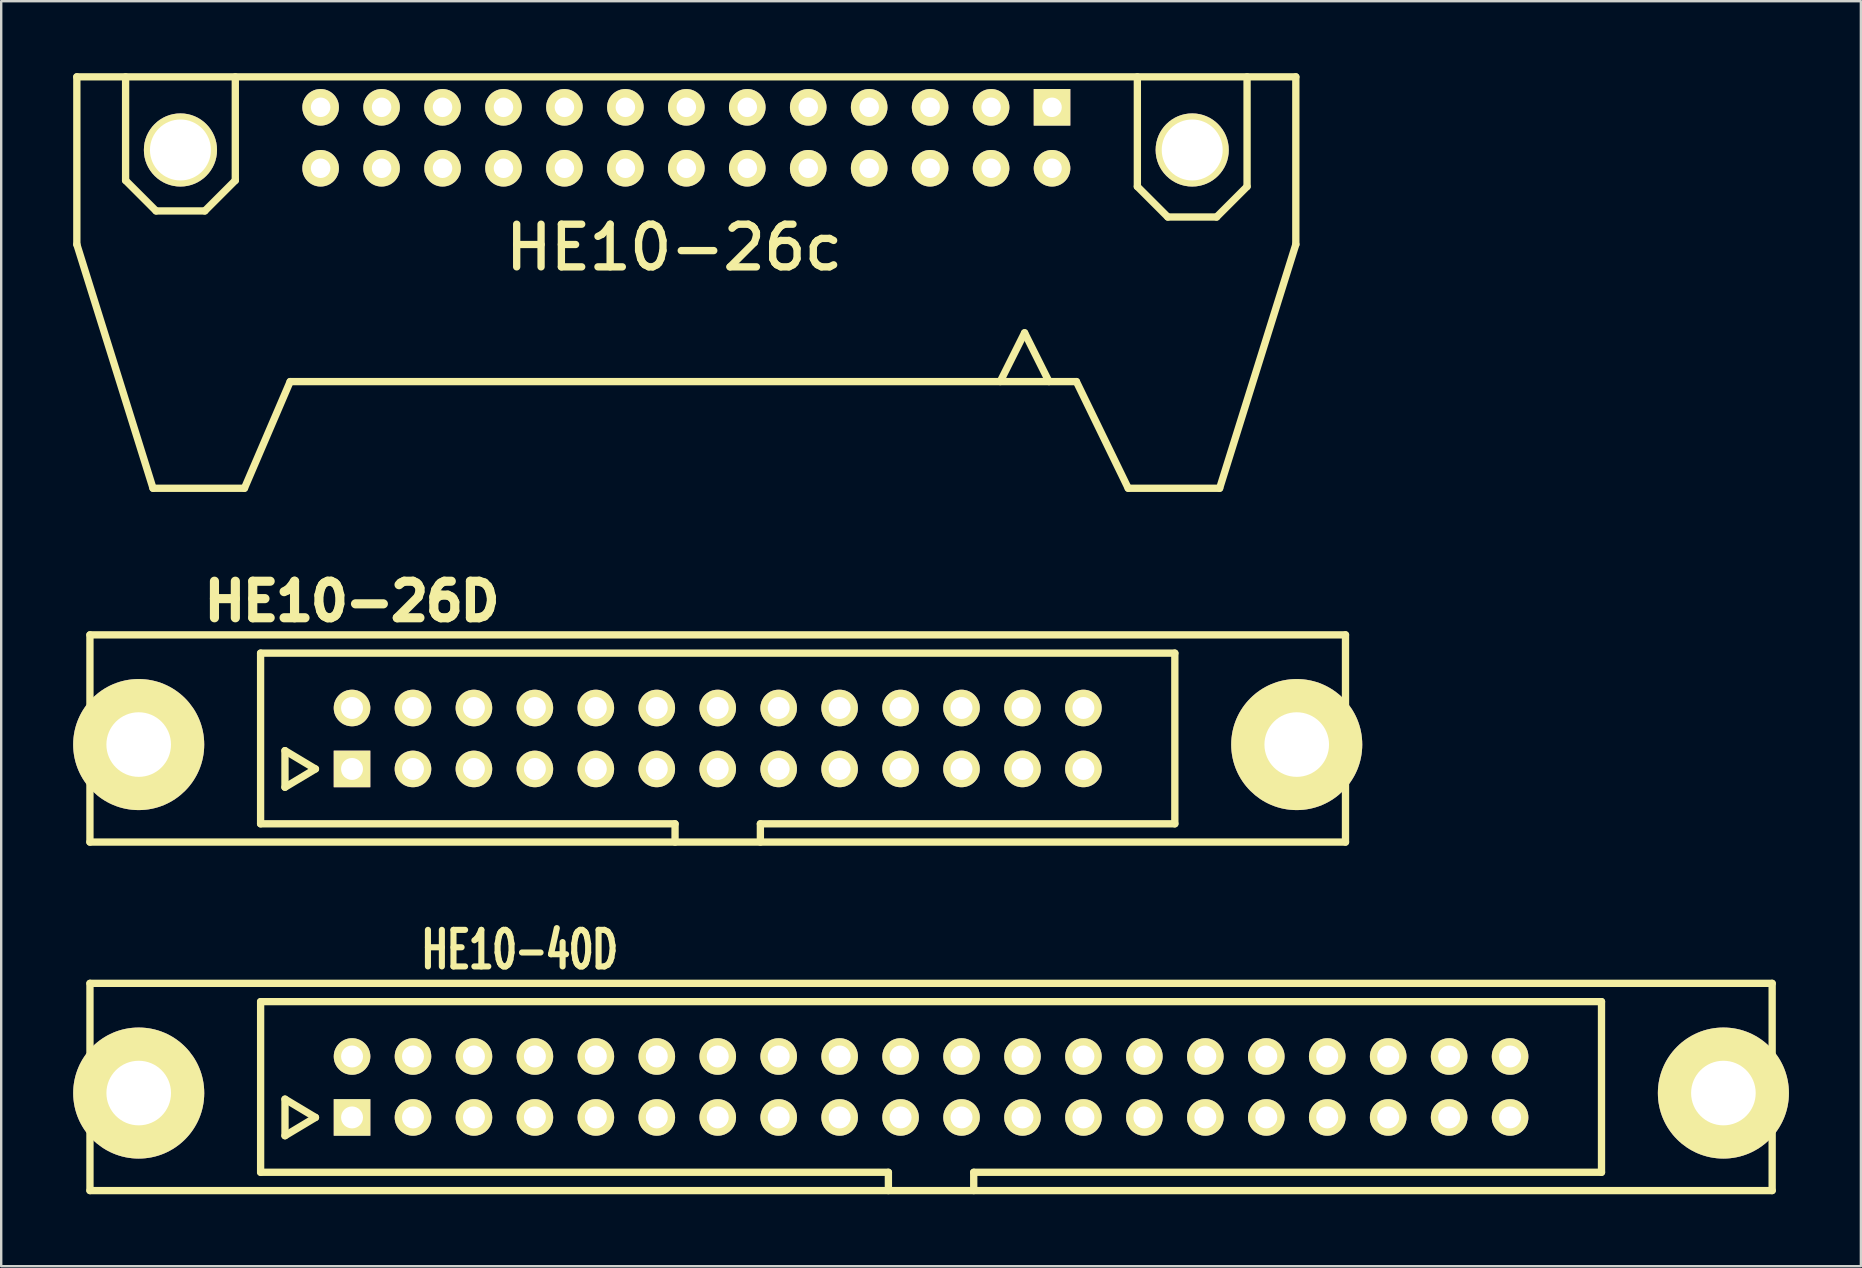
<source format=kicad_pcb>
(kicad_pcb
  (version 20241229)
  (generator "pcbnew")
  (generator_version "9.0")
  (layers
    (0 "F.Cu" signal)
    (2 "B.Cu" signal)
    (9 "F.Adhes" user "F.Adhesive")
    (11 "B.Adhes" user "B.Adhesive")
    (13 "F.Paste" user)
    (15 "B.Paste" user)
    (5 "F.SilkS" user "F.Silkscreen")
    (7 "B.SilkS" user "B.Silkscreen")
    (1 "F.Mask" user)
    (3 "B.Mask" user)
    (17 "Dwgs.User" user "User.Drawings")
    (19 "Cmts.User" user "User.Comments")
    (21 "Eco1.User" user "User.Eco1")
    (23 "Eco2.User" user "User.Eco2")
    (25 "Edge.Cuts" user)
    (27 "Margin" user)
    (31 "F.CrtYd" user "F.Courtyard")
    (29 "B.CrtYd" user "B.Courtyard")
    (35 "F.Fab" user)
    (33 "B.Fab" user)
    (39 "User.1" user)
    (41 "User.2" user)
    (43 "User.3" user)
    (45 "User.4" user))
  (footprint "HE10-26c"
    (layer "F.Cu")
    (at 25.552 2.692)
    (property "Reference" "HE10-26c" (at -0.508 4.572 0) (layer "F.SilkS") (effects (font (size 1.778 1.778) (thickness 0.305))))
    (attr through_hole)
    (fp_line (start -25.4 -2.54) (end -25.4 4.445) (stroke (width 0.305) (type solid)) (layer "F.SilkS"))
    (fp_line (start -25.4 -2.54) (end 25.4 -2.54) (stroke (width 0.305) (type solid)) (layer "F.SilkS"))
    (fp_line (start -25.4 4.445) (end -22.225 14.605) (stroke (width 0.305) (type solid)) (layer "F.SilkS"))
    (fp_line (start -23.368 1.778) (end -23.368 -2.54) (stroke (width 0.305) (type solid)) (layer "F.SilkS"))
    (fp_line (start -22.225 14.605) (end -18.415 14.605) (stroke (width 0.305) (type solid)) (layer "F.SilkS"))
    (fp_line (start -22.098 3.048) (end -23.368 1.778) (stroke (width 0.305) (type solid)) (layer "F.SilkS"))
    (fp_line (start -20.066 3.048) (end -22.098 3.048) (stroke (width 0.305) (type solid)) (layer "F.SilkS"))
    (fp_line (start -18.796 -2.54) (end -18.796 1.778) (stroke (width 0.305) (type solid)) (layer "F.SilkS"))
    (fp_line (start -18.796 1.778) (end -20.066 3.048) (stroke (width 0.305) (type solid)) (layer "F.SilkS"))
    (fp_line (start -18.415 14.605) (end -16.51 10.16) (stroke (width 0.305) (type solid)) (layer "F.SilkS"))
    (fp_line (start 14.097 8.128) (end 13.081 10.16) (stroke (width 0.305) (type solid)) (layer "F.SilkS"))
    (fp_line (start 15.113 10.16) (end 14.097 8.128) (stroke (width 0.305) (type solid)) (layer "F.SilkS"))
    (fp_line (start 16.256 10.16) (end -16.51 10.16) (stroke (width 0.305) (type solid)) (layer "F.SilkS"))
    (fp_line (start 18.415 14.605) (end 16.256 10.16) (stroke (width 0.305) (type solid)) (layer "F.SilkS"))
    (fp_line (start 18.796 2.032) (end 18.796 -2.54) (stroke (width 0.305) (type solid)) (layer "F.SilkS"))
    (fp_line (start 20.066 3.302) (end 18.796 2.032) (stroke (width 0.305) (type solid)) (layer "F.SilkS"))
    (fp_line (start 22.098 3.302) (end 20.066 3.302) (stroke (width 0.305) (type solid)) (layer "F.SilkS"))
    (fp_line (start 22.225 14.605) (end 18.415 14.605) (stroke (width 0.305) (type solid)) (layer "F.SilkS"))
    (fp_line (start 23.368 -2.54) (end 23.368 2.032) (stroke (width 0.305) (type solid)) (layer "F.SilkS"))
    (fp_line (start 23.368 2.032) (end 22.098 3.302) (stroke (width 0.305) (type solid)) (layer "F.SilkS"))
    (fp_line (start 25.4 -2.54) (end 25.4 4.445) (stroke (width 0.305) (type solid)) (layer "F.SilkS"))
    (fp_line (start 25.4 4.445) (end 22.225 14.605) (stroke (width 0.305) (type solid)) (layer "F.SilkS"))
    (pad "0" thru_hole circle (at -21.082 0.508) (size 3.048 3.048) (drill 2.54) (layers "*.Cu" "*.Mask" "F.SilkS"))
    (pad "0" thru_hole circle (at 21.082 0.508) (size 3.048 3.048) (drill 2.54) (layers "*.Cu" "*.Mask" "F.SilkS"))
    (pad "1" thru_hole rect (at 15.24 -1.27) (size 1.524 1.524) (drill 0.813) (layers "*.Cu" "*.Mask" "F.SilkS"))
    (pad "2" thru_hole circle (at 15.24 1.27) (size 1.524 1.524) (drill 0.813) (layers "*.Cu" "*.Mask" "F.SilkS"))
    (pad "3" thru_hole circle (at 12.7 -1.27) (size 1.524 1.524) (drill 0.813) (layers "*.Cu" "*.Mask" "F.SilkS"))
    (pad "4" thru_hole circle (at 12.7 1.27) (size 1.524 1.524) (drill 0.813) (layers "*.Cu" "*.Mask" "F.SilkS"))
    (pad "5" thru_hole circle (at 10.16 -1.27) (size 1.524 1.524) (drill 0.813) (layers "*.Cu" "*.Mask" "F.SilkS"))
    (pad "6" thru_hole circle (at 10.16 1.27) (size 1.524 1.524) (drill 0.813) (layers "*.Cu" "*.Mask" "F.SilkS"))
    (pad "7" thru_hole circle (at 7.62 -1.27) (size 1.524 1.524) (drill 0.813) (layers "*.Cu" "*.Mask" "F.SilkS"))
    (pad "8" thru_hole circle (at 7.62 1.27) (size 1.524 1.524) (drill 0.813) (layers "*.Cu" "*.Mask" "F.SilkS"))
    (pad "9" thru_hole circle (at 5.08 -1.27) (size 1.524 1.524) (drill 0.813) (layers "*.Cu" "*.Mask" "F.SilkS"))
    (pad "10" thru_hole circle (at 5.08 1.27) (size 1.524 1.524) (drill 0.813) (layers "*.Cu" "*.Mask" "F.SilkS"))
    (pad "11" thru_hole circle (at 2.54 -1.27) (size 1.524 1.524) (drill 0.813) (layers "*.Cu" "*.Mask" "F.SilkS"))
    (pad "12" thru_hole circle (at 2.54 1.27) (size 1.524 1.524) (drill 0.813) (layers "*.Cu" "*.Mask" "F.SilkS"))
    (pad "13" thru_hole circle (at 0 -1.27) (size 1.524 1.524) (drill 0.813) (layers "*.Cu" "*.Mask" "F.SilkS"))
    (pad "14" thru_hole circle (at 0 1.27) (size 1.524 1.524) (drill 0.813) (layers "*.Cu" "*.Mask" "F.SilkS"))
    (pad "15" thru_hole circle (at -2.54 -1.27) (size 1.524 1.524) (drill 0.813) (layers "*.Cu" "*.Mask" "F.SilkS"))
    (pad "16" thru_hole circle (at -2.54 1.27) (size 1.524 1.524) (drill 0.813) (layers "*.Cu" "*.Mask" "F.SilkS"))
    (pad "17" thru_hole circle (at -5.08 -1.27) (size 1.524 1.524) (drill 0.813) (layers "*.Cu" "*.Mask" "F.SilkS"))
    (pad "18" thru_hole circle (at -5.08 1.27) (size 1.524 1.524) (drill 0.813) (layers "*.Cu" "*.Mask" "F.SilkS"))
    (pad "19" thru_hole circle (at -7.62 -1.27) (size 1.524 1.524) (drill 0.813) (layers "*.Cu" "*.Mask" "F.SilkS"))
    (pad "20" thru_hole circle (at -7.62 1.27) (size 1.524 1.524) (drill 0.813) (layers "*.Cu" "*.Mask" "F.SilkS"))
    (pad "21" thru_hole circle (at -10.16 -1.27) (size 1.524 1.524) (drill 0.813) (layers "*.Cu" "*.Mask" "F.SilkS"))
    (pad "22" thru_hole circle (at -10.16 1.27) (size 1.524 1.524) (drill 0.813) (layers "*.Cu" "*.Mask" "F.SilkS"))
    (pad "23" thru_hole circle (at -12.7 -1.27) (size 1.524 1.524) (drill 0.813) (layers "*.Cu" "*.Mask" "F.SilkS"))
    (pad "24" thru_hole circle (at -12.7 1.27) (size 1.524 1.524) (drill 0.813) (layers "*.Cu" "*.Mask" "F.SilkS"))
    (pad "25" thru_hole circle (at -15.24 -1.27) (size 1.524 1.524) (drill 0.813) (layers "*.Cu" "*.Mask" "F.SilkS"))
    (pad "26" thru_hole circle (at -15.24 1.27) (size 1.524 1.524) (drill 0.813) (layers "*.Cu" "*.Mask" "F.SilkS")))
  (footprint "HE10-40D"
    (layer "F.Cu")
    (at 35.751 42.248)
    (property "Reference" "HE10-40D" (at -17.145 -5.715 0) (layer "F.SilkS") (effects (font (size 1.524 1.016) (thickness 0.254))))
    (attr through_hole)
    (fp_line (start -35.052 -4.318) (end -35.052 4.318) (stroke (width 0.305) (type solid)) (layer "F.SilkS"))
    (fp_line (start -35.052 4.318) (end 35.052 4.318) (stroke (width 0.305) (type solid)) (layer "F.SilkS"))
    (fp_line (start -27.94 -3.556) (end 27.94 -3.556) (stroke (width 0.305) (type solid)) (layer "F.SilkS"))
    (fp_line (start -27.94 3.556) (end -27.94 -3.556) (stroke (width 0.305) (type solid)) (layer "F.SilkS"))
    (fp_line (start -26.924 0.508) (end -26.924 2.032) (stroke (width 0.305) (type solid)) (layer "F.SilkS"))
    (fp_line (start -26.924 2.032) (end -25.654 1.27) (stroke (width 0.305) (type solid)) (layer "F.SilkS"))
    (fp_line (start -25.654 1.27) (end -26.924 0.508) (stroke (width 0.305) (type solid)) (layer "F.SilkS"))
    (fp_line (start -1.778 3.556) (end -27.94 3.556) (stroke (width 0.305) (type solid)) (layer "F.SilkS"))
    (fp_line (start -1.778 4.318) (end -1.778 3.556) (stroke (width 0.305) (type solid)) (layer "F.SilkS"))
    (fp_line (start 1.778 3.556) (end 1.778 4.318) (stroke (width 0.305) (type solid)) (layer "F.SilkS"))
    (fp_line (start 27.94 -3.556) (end 27.94 3.556) (stroke (width 0.305) (type solid)) (layer "F.SilkS"))
    (fp_line (start 27.94 3.556) (end 1.778 3.556) (stroke (width 0.305) (type solid)) (layer "F.SilkS"))
    (fp_line (start 35.052 -4.318) (end -35.052 -4.318) (stroke (width 0.305) (type solid)) (layer "F.SilkS"))
    (fp_line (start 35.052 4.318) (end 35.052 -4.318) (stroke (width 0.305) (type solid)) (layer "F.SilkS"))
    (pad "" thru_hole circle (at -33.02 0.254) (size 5.461 5.461) (drill 2.692) (layers "*.Cu" "*.Mask" "F.SilkS"))
    (pad "" thru_hole circle (at 33.02 0.254) (size 5.461 5.461) (drill 2.692) (layers "*.Cu" "*.Mask" "F.SilkS"))
    (pad "1" thru_hole rect (at -24.13 1.27) (size 1.524 1.524) (drill 0.914) (layers "*.Cu" "*.Mask" "F.SilkS"))
    (pad "2" thru_hole circle (at -24.13 -1.27) (size 1.524 1.524) (drill 0.914) (layers "*.Cu" "*.Mask" "F.SilkS"))
    (pad "3" thru_hole circle (at -21.59 1.27) (size 1.524 1.524) (drill 0.914) (layers "*.Cu" "*.Mask" "F.SilkS"))
    (pad "4" thru_hole circle (at -21.59 -1.27) (size 1.524 1.524) (drill 0.914) (layers "*.Cu" "*.Mask" "F.SilkS"))
    (pad "5" thru_hole circle (at -19.05 1.27) (size 1.524 1.524) (drill 0.914) (layers "*.Cu" "*.Mask" "F.SilkS"))
    (pad "6" thru_hole circle (at -19.05 -1.27) (size 1.524 1.524) (drill 0.914) (layers "*.Cu" "*.Mask" "F.SilkS"))
    (pad "7" thru_hole circle (at -16.51 1.27) (size 1.524 1.524) (drill 0.914) (layers "*.Cu" "*.Mask" "F.SilkS"))
    (pad "8" thru_hole circle (at -16.51 -1.27) (size 1.524 1.524) (drill 0.914) (layers "*.Cu" "*.Mask" "F.SilkS"))
    (pad "9" thru_hole circle (at -13.97 1.27) (size 1.524 1.524) (drill 0.914) (layers "*.Cu" "*.Mask" "F.SilkS"))
    (pad "10" thru_hole circle (at -13.97 -1.27) (size 1.524 1.524) (drill 0.914) (layers "*.Cu" "*.Mask" "F.SilkS"))
    (pad "11" thru_hole circle (at -11.43 1.27) (size 1.524 1.524) (drill 0.914) (layers "*.Cu" "*.Mask" "F.SilkS"))
    (pad "12" thru_hole circle (at -11.43 -1.27) (size 1.524 1.524) (drill 0.914) (layers "*.Cu" "*.Mask" "F.SilkS"))
    (pad "13" thru_hole circle (at -8.89 1.27) (size 1.524 1.524) (drill 0.914) (layers "*.Cu" "*.Mask" "F.SilkS"))
    (pad "14" thru_hole circle (at -8.89 -1.27) (size 1.524 1.524) (drill 0.914) (layers "*.Cu" "*.Mask" "F.SilkS"))
    (pad "15" thru_hole circle (at -6.35 1.27) (size 1.524 1.524) (drill 0.914) (layers "*.Cu" "*.Mask" "F.SilkS"))
    (pad "16" thru_hole circle (at -6.35 -1.27) (size 1.524 1.524) (drill 0.914) (layers "*.Cu" "*.Mask" "F.SilkS"))
    (pad "17" thru_hole circle (at -3.81 1.27) (size 1.524 1.524) (drill 0.914) (layers "*.Cu" "*.Mask" "F.SilkS"))
    (pad "18" thru_hole circle (at -3.81 -1.27) (size 1.524 1.524) (drill 0.914) (layers "*.Cu" "*.Mask" "F.SilkS"))
    (pad "19" thru_hole circle (at -1.27 1.27) (size 1.524 1.524) (drill 0.914) (layers "*.Cu" "*.Mask" "F.SilkS"))
    (pad "20" thru_hole circle (at -1.27 -1.27) (size 1.524 1.524) (drill 0.914) (layers "*.Cu" "*.Mask" "F.SilkS"))
    (pad "21" thru_hole circle (at 1.27 1.27) (size 1.524 1.524) (drill 0.914) (layers "*.Cu" "*.Mask" "F.SilkS"))
    (pad "22" thru_hole circle (at 1.27 -1.27) (size 1.524 1.524) (drill 0.914) (layers "*.Cu" "*.Mask" "F.SilkS"))
    (pad "23" thru_hole circle (at 3.81 1.27) (size 1.524 1.524) (drill 0.914) (layers "*.Cu" "*.Mask" "F.SilkS"))
    (pad "24" thru_hole circle (at 3.81 -1.27) (size 1.524 1.524) (drill 0.914) (layers "*.Cu" "*.Mask" "F.SilkS"))
    (pad "25" thru_hole circle (at 6.35 1.27) (size 1.524 1.524) (drill 0.914) (layers "*.Cu" "*.Mask" "F.SilkS"))
    (pad "26" thru_hole circle (at 6.35 -1.27) (size 1.524 1.524) (drill 0.914) (layers "*.Cu" "*.Mask" "F.SilkS"))
    (pad "27" thru_hole circle (at 8.89 1.27) (size 1.524 1.524) (drill 0.914) (layers "*.Cu" "*.Mask" "F.SilkS"))
    (pad "28" thru_hole circle (at 8.89 -1.27) (size 1.524 1.524) (drill 0.914) (layers "*.Cu" "*.Mask" "F.SilkS"))
    (pad "29" thru_hole circle (at 11.43 1.27) (size 1.524 1.524) (drill 0.914) (layers "*.Cu" "*.Mask" "F.SilkS"))
    (pad "30" thru_hole circle (at 11.43 -1.27) (size 1.524 1.524) (drill 0.914) (layers "*.Cu" "*.Mask" "F.SilkS"))
    (pad "31" thru_hole circle (at 13.97 1.27) (size 1.524 1.524) (drill 0.914) (layers "*.Cu" "*.Mask" "F.SilkS"))
    (pad "32" thru_hole circle (at 13.97 -1.27) (size 1.524 1.524) (drill 0.914) (layers "*.Cu" "*.Mask" "F.SilkS"))
    (pad "33" thru_hole circle (at 16.51 1.27) (size 1.524 1.524) (drill 0.914) (layers "*.Cu" "*.Mask" "F.SilkS"))
    (pad "34" thru_hole circle (at 16.51 -1.27) (size 1.524 1.524) (drill 0.914) (layers "*.Cu" "*.Mask" "F.SilkS"))
    (pad "35" thru_hole circle (at 19.05 1.27) (size 1.524 1.524) (drill 0.914) (layers "*.Cu" "*.Mask" "F.SilkS"))
    (pad "36" thru_hole circle (at 19.05 -1.27) (size 1.524 1.524) (drill 0.914) (layers "*.Cu" "*.Mask" "F.SilkS"))
    (pad "37" thru_hole circle (at 21.59 1.27) (size 1.524 1.524) (drill 0.914) (layers "*.Cu" "*.Mask" "F.SilkS"))
    (pad "38" thru_hole circle (at 21.59 -1.27) (size 1.524 1.524) (drill 0.914) (layers "*.Cu" "*.Mask" "F.SilkS"))
    (pad "39" thru_hole circle (at 24.13 1.27) (size 1.524 1.524) (drill 0.914) (layers "*.Cu" "*.Mask" "F.SilkS"))
    (pad "40" thru_hole circle (at 24.13 -1.27) (size 1.524 1.524) (drill 0.914) (layers "*.Cu" "*.Mask" "F.SilkS")))
  (footprint "HE10-26D"
    (layer "F.Cu")
    (at 26.86 27.725)
    (property "Reference" "HE10-26D" (at -15.24 -5.715 0) (layer "F.SilkS") (effects (font (size 1.524 1.524) (thickness 0.381))))
    (attr through_hole)
    (fp_line (start -26.162 -4.318) (end -26.162 4.318) (stroke (width 0.305) (type solid)) (layer "F.SilkS"))
    (fp_line (start -26.162 4.318) (end 26.162 4.318) (stroke (width 0.305) (type solid)) (layer "F.SilkS"))
    (fp_line (start -19.05 -3.556) (end 19.05 -3.556) (stroke (width 0.305) (type solid)) (layer "F.SilkS"))
    (fp_line (start -19.05 3.556) (end -19.05 -3.556) (stroke (width 0.305) (type solid)) (layer "F.SilkS"))
    (fp_line (start -18.034 0.508) (end -18.034 2.032) (stroke (width 0.305) (type solid)) (layer "F.SilkS"))
    (fp_line (start -18.034 2.032) (end -16.764 1.27) (stroke (width 0.305) (type solid)) (layer "F.SilkS"))
    (fp_line (start -16.764 1.27) (end -18.034 0.508) (stroke (width 0.305) (type solid)) (layer "F.SilkS"))
    (fp_line (start -1.778 3.556) (end -19.05 3.556) (stroke (width 0.305) (type solid)) (layer "F.SilkS"))
    (fp_line (start -1.778 4.318) (end -1.778 3.556) (stroke (width 0.305) (type solid)) (layer "F.SilkS"))
    (fp_line (start 1.778 3.556) (end 1.778 4.318) (stroke (width 0.305) (type solid)) (layer "F.SilkS"))
    (fp_line (start 19.05 -3.556) (end 19.05 3.556) (stroke (width 0.305) (type solid)) (layer "F.SilkS"))
    (fp_line (start 19.05 3.556) (end 1.778 3.556) (stroke (width 0.305) (type solid)) (layer "F.SilkS"))
    (fp_line (start 26.162 -4.318) (end -26.162 -4.318) (stroke (width 0.305) (type solid)) (layer "F.SilkS"))
    (fp_line (start 26.162 4.318) (end 26.162 -4.318) (stroke (width 0.305) (type solid)) (layer "F.SilkS"))
    (pad "" thru_hole circle (at -24.13 0.254) (size 5.461 5.461) (drill 2.692) (layers "*.Cu" "*.Mask" "F.SilkS"))
    (pad "" thru_hole circle (at 24.13 0.254) (size 5.461 5.461) (drill 2.692) (layers "*.Cu" "*.Mask" "F.SilkS"))
    (pad "1" thru_hole rect (at -15.24 1.27) (size 1.524 1.524) (drill 0.914) (layers "*.Cu" "*.Mask" "F.SilkS"))
    (pad "2" thru_hole circle (at -15.24 -1.27) (size 1.524 1.524) (drill 0.914) (layers "*.Cu" "*.Mask" "F.SilkS"))
    (pad "3" thru_hole circle (at -12.7 1.27) (size 1.524 1.524) (drill 0.914) (layers "*.Cu" "*.Mask" "F.SilkS"))
    (pad "4" thru_hole circle (at -12.7 -1.27) (size 1.524 1.524) (drill 0.914) (layers "*.Cu" "*.Mask" "F.SilkS"))
    (pad "5" thru_hole circle (at -10.16 1.27) (size 1.524 1.524) (drill 0.914) (layers "*.Cu" "*.Mask" "F.SilkS"))
    (pad "6" thru_hole circle (at -10.16 -1.27) (size 1.524 1.524) (drill 0.914) (layers "*.Cu" "*.Mask" "F.SilkS"))
    (pad "7" thru_hole circle (at -7.62 1.27) (size 1.524 1.524) (drill 0.914) (layers "*.Cu" "*.Mask" "F.SilkS"))
    (pad "8" thru_hole circle (at -7.62 -1.27) (size 1.524 1.524) (drill 0.914) (layers "*.Cu" "*.Mask" "F.SilkS"))
    (pad "9" thru_hole circle (at -5.08 1.27) (size 1.524 1.524) (drill 0.914) (layers "*.Cu" "*.Mask" "F.SilkS"))
    (pad "10" thru_hole circle (at -5.08 -1.27) (size 1.524 1.524) (drill 0.914) (layers "*.Cu" "*.Mask" "F.SilkS"))
    (pad "11" thru_hole circle (at -2.54 1.27) (size 1.524 1.524) (drill 0.914) (layers "*.Cu" "*.Mask" "F.SilkS"))
    (pad "12" thru_hole circle (at -2.54 -1.27) (size 1.524 1.524) (drill 0.914) (layers "*.Cu" "*.Mask" "F.SilkS"))
    (pad "13" thru_hole circle (at 0 1.27) (size 1.524 1.524) (drill 0.914) (layers "*.Cu" "*.Mask" "F.SilkS"))
    (pad "14" thru_hole circle (at 0 -1.27) (size 1.524 1.524) (drill 0.914) (layers "*.Cu" "*.Mask" "F.SilkS"))
    (pad "15" thru_hole circle (at 2.54 1.27) (size 1.524 1.524) (drill 0.914) (layers "*.Cu" "*.Mask" "F.SilkS"))
    (pad "16" thru_hole circle (at 2.54 -1.27) (size 1.524 1.524) (drill 0.914) (layers "*.Cu" "*.Mask" "F.SilkS"))
    (pad "17" thru_hole circle (at 5.08 1.27) (size 1.524 1.524) (drill 0.914) (layers "*.Cu" "*.Mask" "F.SilkS"))
    (pad "18" thru_hole circle (at 5.08 -1.27) (size 1.524 1.524) (drill 0.914) (layers "*.Cu" "*.Mask" "F.SilkS"))
    (pad "19" thru_hole circle (at 7.62 1.27) (size 1.524 1.524) (drill 0.914) (layers "*.Cu" "*.Mask" "F.SilkS"))
    (pad "20" thru_hole circle (at 7.62 -1.27) (size 1.524 1.524) (drill 0.914) (layers "*.Cu" "*.Mask" "F.SilkS"))
    (pad "21" thru_hole circle (at 10.16 1.27) (size 1.524 1.524) (drill 0.914) (layers "*.Cu" "*.Mask" "F.SilkS"))
    (pad "22" thru_hole circle (at 10.16 -1.27) (size 1.524 1.524) (drill 0.914) (layers "*.Cu" "*.Mask" "F.SilkS"))
    (pad "23" thru_hole circle (at 12.7 1.27) (size 1.524 1.524) (drill 0.914) (layers "*.Cu" "*.Mask" "F.SilkS"))
    (pad "24" thru_hole circle (at 12.7 -1.27) (size 1.524 1.524) (drill 0.914) (layers "*.Cu" "*.Mask" "F.SilkS"))
    (pad "25" thru_hole circle (at 15.24 1.27) (size 1.524 1.524) (drill 0.914) (layers "*.Cu" "*.Mask" "F.SilkS"))
    (pad "26" thru_hole circle (at 15.24 -1.27) (size 1.524 1.524) (drill 0.914) (layers "*.Cu" "*.Mask" "F.SilkS")))
  (gr_rect
    (start -3 -3)
    (end 74.501 49.718)
    (stroke (width 0.1) (type default))
    (fill no)
    (layer "Edge.Cuts")))
</source>
